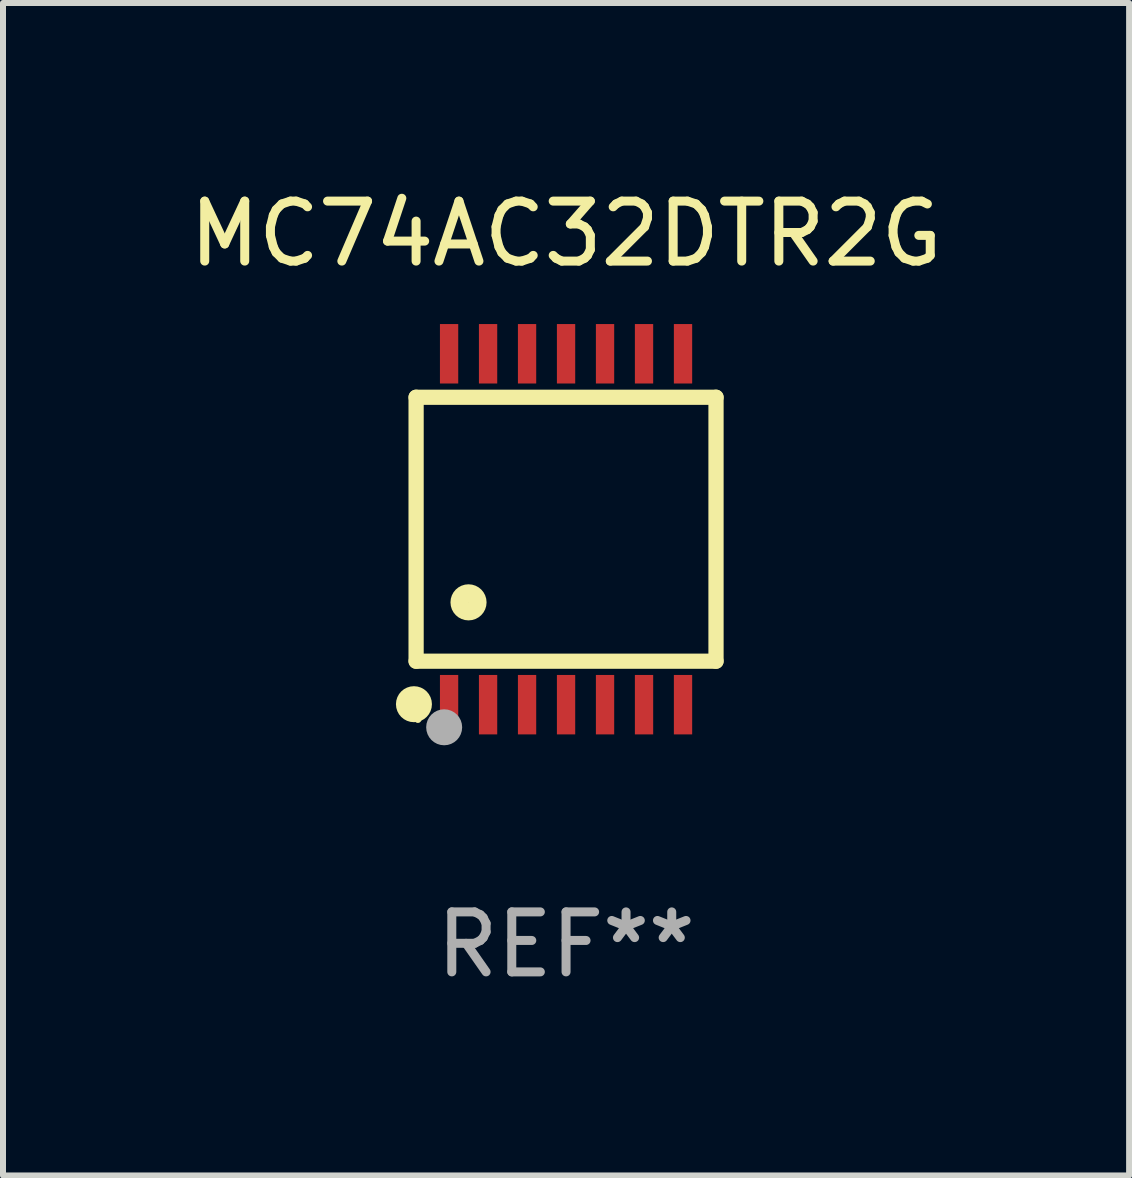
<source format=kicad_pcb>
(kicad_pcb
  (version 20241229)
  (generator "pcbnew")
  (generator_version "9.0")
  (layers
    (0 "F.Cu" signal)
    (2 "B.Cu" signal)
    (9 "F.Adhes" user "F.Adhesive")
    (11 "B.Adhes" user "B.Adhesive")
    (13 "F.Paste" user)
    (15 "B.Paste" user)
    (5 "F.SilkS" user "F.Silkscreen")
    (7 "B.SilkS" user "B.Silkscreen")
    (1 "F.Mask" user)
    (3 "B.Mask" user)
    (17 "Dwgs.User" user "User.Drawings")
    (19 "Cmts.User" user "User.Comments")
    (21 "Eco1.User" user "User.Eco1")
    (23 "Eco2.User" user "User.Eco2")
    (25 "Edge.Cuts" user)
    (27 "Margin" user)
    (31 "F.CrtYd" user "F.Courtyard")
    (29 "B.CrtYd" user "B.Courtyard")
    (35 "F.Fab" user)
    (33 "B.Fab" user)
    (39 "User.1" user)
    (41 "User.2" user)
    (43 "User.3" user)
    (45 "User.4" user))
  (footprint "MC74AC32DTR2G"
    (layer "F.Cu")
    (at 6.387 5.773)
    (property "Reference" "MC74AC32DTR2G" (at 0 -4.925 0) (layer "F.SilkS") (effects (font (size 1 1) (thickness 0.15))))
    (attr through_hole)
    (fp_line (start -2.5 2.2) (end -2.5 -2.2) (stroke (width 0.254) (type solid)) (layer "F.SilkS"))
    (fp_line (start -2.5 2.2) (end 2.5 2.2) (stroke (width 0.254) (type solid)) (layer "F.SilkS"))
    (fp_line (start 2.5 -2.2) (end -2.5 -2.2) (stroke (width 0.254) (type solid)) (layer "F.SilkS"))
    (fp_line (start 2.5 -2.2) (end 2.5 2.2) (stroke (width 0.254) (type solid)) (layer "F.SilkS"))
    (fp_circle (center -2.536 2.917) (end -2.386 2.917) (stroke (width 0.3) (type solid)) (fill no) (layer "F.SilkS"))
    (fp_circle (center -2.47 3.17) (end -2.44 3.17) (stroke (width 0.06) (type solid)) (fill no) (layer "F.SilkS"))
    (fp_circle (center -1.626 1.219) (end -1.475 1.219) (stroke (width 0.3) (type solid)) (fill no) (layer "F.SilkS"))
    (fp_circle (center -2.032 3.302) (end -1.882 3.302) (stroke (width 0.3) (type solid)) (fill no) (layer "F.Fab"))
    (fp_text user "REF**" (at 0 6.925 0) (layer "F.Fab") (effects (font (size 1 1) (thickness 0.15))))
    (pad "1" smd rect (at -1.95 2.925) (size 0.305 0.991) (layers "F.Cu" "F.Mask" "F.Paste"))
    (pad "2" smd rect (at -1.3 2.925) (size 0.305 0.991) (layers "F.Cu" "F.Mask" "F.Paste"))
    (pad "3" smd rect (at -0.65 2.925) (size 0.305 0.991) (layers "F.Cu" "F.Mask" "F.Paste"))
    (pad "4" smd rect (at 0 2.925) (size 0.305 0.991) (layers "F.Cu" "F.Mask" "F.Paste"))
    (pad "5" smd rect (at 0.65 2.925) (size 0.305 0.991) (layers "F.Cu" "F.Mask" "F.Paste"))
    (pad "6" smd rect (at 1.3 2.925) (size 0.305 0.991) (layers "F.Cu" "F.Mask" "F.Paste"))
    (pad "7" smd rect (at 1.95 2.925) (size 0.305 0.991) (layers "F.Cu" "F.Mask" "F.Paste"))
    (pad "8" smd rect (at 1.95 -2.925) (size 0.305 0.991) (layers "F.Cu" "F.Mask" "F.Paste"))
    (pad "9" smd rect (at 1.3 -2.925) (size 0.305 0.991) (layers "F.Cu" "F.Mask" "F.Paste"))
    (pad "10" smd rect (at 0.65 -2.925) (size 0.305 0.991) (layers "F.Cu" "F.Mask" "F.Paste"))
    (pad "11" smd rect (at 0 -2.925) (size 0.305 0.991) (layers "F.Cu" "F.Mask" "F.Paste"))
    (pad "12" smd rect (at -0.65 -2.925) (size 0.305 0.991) (layers "F.Cu" "F.Mask" "F.Paste"))
    (pad "13" smd rect (at -1.3 -2.925) (size 0.305 0.991) (layers "F.Cu" "F.Mask" "F.Paste"))
    (pad "14" smd rect (at -1.95 -2.925) (size 0.305 0.991) (layers "F.Cu" "F.Mask" "F.Paste")))
  (gr_rect
    (start -3 -3)
    (end 15.774 16.547)
    (stroke (width 0.1) (type default))
    (fill no)
    (layer "Edge.Cuts")))
</source>
